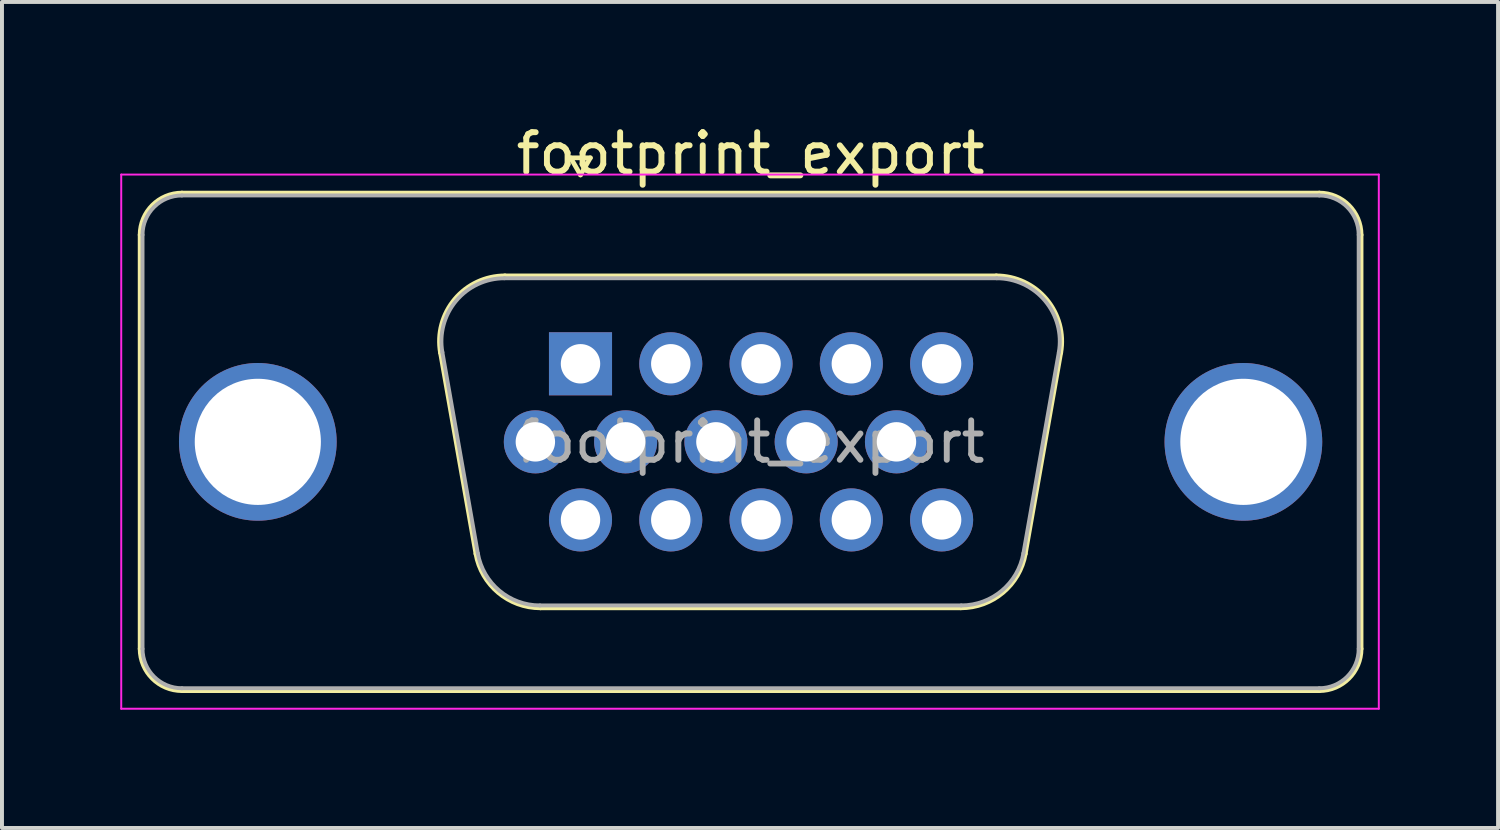
<source format=kicad_pcb>
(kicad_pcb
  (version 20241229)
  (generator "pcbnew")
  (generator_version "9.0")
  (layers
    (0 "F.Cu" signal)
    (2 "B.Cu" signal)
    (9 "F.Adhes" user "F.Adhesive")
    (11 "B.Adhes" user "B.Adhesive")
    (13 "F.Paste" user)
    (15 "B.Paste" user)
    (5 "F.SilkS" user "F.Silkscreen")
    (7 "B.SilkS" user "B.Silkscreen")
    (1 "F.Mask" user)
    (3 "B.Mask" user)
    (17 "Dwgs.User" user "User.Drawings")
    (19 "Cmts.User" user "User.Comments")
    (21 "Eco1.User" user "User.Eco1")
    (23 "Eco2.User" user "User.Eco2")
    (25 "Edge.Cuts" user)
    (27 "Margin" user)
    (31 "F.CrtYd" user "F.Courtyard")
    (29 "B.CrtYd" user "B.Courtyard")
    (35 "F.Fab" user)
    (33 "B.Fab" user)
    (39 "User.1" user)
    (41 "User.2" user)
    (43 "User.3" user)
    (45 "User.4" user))
  (footprint "footprint_export"
    (layer "F.Cu")
    (at 11.675 6.178)
    (property "Reference" "footprint_export" (at 4.315 -5.33 0) (layer "F.SilkS") (effects (font (size 1 1) (thickness 0.15))))
    (attr through_hole)
    (fp_line (start -11.17 7.23) (end -11.17 -3.27) (stroke (width 0.12) (type solid)) (layer "F.SilkS"))
    (fp_line (start -10.11 -4.33) (end 18.74 -4.33) (stroke (width 0.12) (type solid)) (layer "F.SilkS"))
    (fp_line (start -3.551 -0.282) (end -2.652 4.818) (stroke (width 0.12) (type solid)) (layer "F.SilkS"))
    (fp_line (start -1.917 -2.23) (end 10.547 -2.23) (stroke (width 0.12) (type solid)) (layer "F.SilkS"))
    (fp_line (start -1.017 6.19) (end 9.647 6.19) (stroke (width 0.12) (type solid)) (layer "F.SilkS"))
    (fp_line (start -0.25 -5.224) (end 0.25 -5.224) (stroke (width 0.12) (type solid)) (layer "F.SilkS"))
    (fp_line (start 0 -4.791) (end -0.25 -5.224) (stroke (width 0.12) (type solid)) (layer "F.SilkS"))
    (fp_line (start 0.25 -5.224) (end 0 -4.791) (stroke (width 0.12) (type solid)) (layer "F.SilkS"))
    (fp_line (start 12.181 -0.282) (end 11.282 4.818) (stroke (width 0.12) (type solid)) (layer "F.SilkS"))
    (fp_line (start 18.74 8.29) (end -10.11 8.29) (stroke (width 0.12) (type solid)) (layer "F.SilkS"))
    (fp_line (start 19.8 -3.27) (end 19.8 7.23) (stroke (width 0.12) (type solid)) (layer "F.SilkS"))
    (fp_arc (start -11.17 -3.27) (mid -10.859533 -4.019533) (end -10.11 -4.33) (stroke (width 0.12) (type solid)) (layer "F.SilkS"))
    (fp_arc (start -10.11 8.29) (mid -10.859533 7.979533) (end -11.17 7.23) (stroke (width 0.12) (type solid)) (layer "F.SilkS"))
    (fp_arc (start -3.55147 -0.281744) (mid -3.188323 -1.637028) (end -1.916689 -2.23) (stroke (width 0.12) (type solid)) (layer "F.SilkS"))
    (fp_arc (start -1.017421 6.19) (mid -2.084448 5.801634) (end -2.652202 4.818256) (stroke (width 0.12) (type solid)) (layer "F.SilkS"))
    (fp_arc (start 10.546689 -2.23) (mid 11.818323 -1.637027) (end 12.18147 -0.281744) (stroke (width 0.12) (type solid)) (layer "F.SilkS"))
    (fp_arc (start 11.282202 4.818256) (mid 10.714449 5.801634) (end 9.647421 6.19) (stroke (width 0.12) (type solid)) (layer "F.SilkS"))
    (fp_arc (start 18.74 -4.33) (mid 19.489533 -4.019533) (end 19.8 -3.27) (stroke (width 0.12) (type solid)) (layer "F.SilkS"))
    (fp_arc (start 19.8 7.23) (mid 19.489533 7.979533) (end 18.74 8.29) (stroke (width 0.12) (type solid)) (layer "F.SilkS"))
    (fp_line (start -11.65 -4.8) (end -11.65 8.75) (stroke (width 0.05) (type solid)) (layer "F.CrtYd"))
    (fp_line (start -11.65 8.75) (end 20.25 8.75) (stroke (width 0.05) (type solid)) (layer "F.CrtYd"))
    (fp_line (start 20.25 -4.8) (end -11.65 -4.8) (stroke (width 0.05) (type solid)) (layer "F.CrtYd"))
    (fp_line (start 20.25 8.75) (end 20.25 -4.8) (stroke (width 0.05) (type solid)) (layer "F.CrtYd"))
    (fp_line (start -11.11 7.23) (end -11.11 -3.27) (stroke (width 0.1) (type solid)) (layer "F.Fab"))
    (fp_line (start -10.11 -4.27) (end 18.74 -4.27) (stroke (width 0.1) (type solid)) (layer "F.Fab"))
    (fp_line (start -3.504 -0.292) (end -2.605 4.808) (stroke (width 0.1) (type solid)) (layer "F.Fab"))
    (fp_line (start -1.928 -2.17) (end 10.558 -2.17) (stroke (width 0.1) (type solid)) (layer "F.Fab"))
    (fp_line (start -1.029 6.13) (end 9.659 6.13) (stroke (width 0.1) (type solid)) (layer "F.Fab"))
    (fp_line (start 12.134 -0.292) (end 11.235 4.808) (stroke (width 0.1) (type solid)) (layer "F.Fab"))
    (fp_line (start 18.74 8.23) (end -10.11 8.23) (stroke (width 0.1) (type solid)) (layer "F.Fab"))
    (fp_line (start 19.74 -3.27) (end 19.74 7.23) (stroke (width 0.1) (type solid)) (layer "F.Fab"))
    (fp_arc (start -11.11 -3.27) (mid -10.817107 -3.977107) (end -10.11 -4.27) (stroke (width 0.1) (type solid)) (layer "F.Fab"))
    (fp_arc (start -10.11 8.23) (mid -10.817107 7.937107) (end -11.11 7.23) (stroke (width 0.1) (type solid)) (layer "F.Fab"))
    (fp_arc (start -3.503886 -0.292163) (mid -3.153865 -1.59846) (end -1.928194 -2.17) (stroke (width 0.1) (type solid)) (layer "F.Fab"))
    (fp_arc (start -1.028927 6.13) (mid -2.057387 5.755671) (end -2.604619 4.807837) (stroke (width 0.1) (type solid)) (layer "F.Fab"))
    (fp_arc (start 10.558194 -2.17) (mid 11.783865 -1.59846) (end 12.133886 -0.292163) (stroke (width 0.1) (type solid)) (layer "F.Fab"))
    (fp_arc (start 11.234619 4.807837) (mid 10.687387 5.755671) (end 9.658927 6.13) (stroke (width 0.1) (type solid)) (layer "F.Fab"))
    (fp_arc (start 18.74 -4.27) (mid 19.447107 -3.977107) (end 19.74 -3.27) (stroke (width 0.1) (type solid)) (layer "F.Fab"))
    (fp_arc (start 19.74 7.23) (mid 19.447107 7.937107) (end 18.74 8.23) (stroke (width 0.1) (type solid)) (layer "F.Fab"))
    (fp_text user "${REFERENCE}" (at 4.315 1.98 0) (layer "F.Fab") (effects (font (size 1 1) (thickness 0.15))))
    (pad "0" thru_hole circle (at -8.185 1.98) (size 4 4) (drill 3.2) (layers "*.Cu" "*.Mask"))
    (pad "0" thru_hole circle (at 16.815 1.98) (size 4 4) (drill 3.2) (layers "*.Cu" "*.Mask"))
    (pad "1" thru_hole rect (at 0 0) (size 1.6 1.6) (drill 1) (layers "*.Cu" "*.Mask"))
    (pad "2" thru_hole circle (at 2.29 0) (size 1.6 1.6) (drill 1) (layers "*.Cu" "*.Mask"))
    (pad "3" thru_hole circle (at 4.58 0) (size 1.6 1.6) (drill 1) (layers "*.Cu" "*.Mask"))
    (pad "4" thru_hole circle (at 6.87 0) (size 1.6 1.6) (drill 1) (layers "*.Cu" "*.Mask"))
    (pad "5" thru_hole circle (at 9.16 0) (size 1.6 1.6) (drill 1) (layers "*.Cu" "*.Mask"))
    (pad "6" thru_hole circle (at -1.145 1.98) (size 1.6 1.6) (drill 1) (layers "*.Cu" "*.Mask"))
    (pad "7" thru_hole circle (at 1.145 1.98) (size 1.6 1.6) (drill 1) (layers "*.Cu" "*.Mask"))
    (pad "8" thru_hole circle (at 3.435 1.98) (size 1.6 1.6) (drill 1) (layers "*.Cu" "*.Mask"))
    (pad "9" thru_hole circle (at 5.725 1.98) (size 1.6 1.6) (drill 1) (layers "*.Cu" "*.Mask"))
    (pad "10" thru_hole circle (at 8.015 1.98) (size 1.6 1.6) (drill 1) (layers "*.Cu" "*.Mask"))
    (pad "11" thru_hole circle (at 0 3.96) (size 1.6 1.6) (drill 1) (layers "*.Cu" "*.Mask"))
    (pad "12" thru_hole circle (at 2.29 3.96) (size 1.6 1.6) (drill 1) (layers "*.Cu" "*.Mask"))
    (pad "13" thru_hole circle (at 4.58 3.96) (size 1.6 1.6) (drill 1) (layers "*.Cu" "*.Mask"))
    (pad "14" thru_hole circle (at 6.87 3.96) (size 1.6 1.6) (drill 1) (layers "*.Cu" "*.Mask"))
    (pad "15" thru_hole circle (at 9.16 3.96) (size 1.6 1.6) (drill 1) (layers "*.Cu" "*.Mask")))
  (gr_rect
    (start -3 -3)
    (end 34.95 17.953)
    (stroke (width 0.1) (type default))
    (fill no)
    (layer "Edge.Cuts")))
</source>
